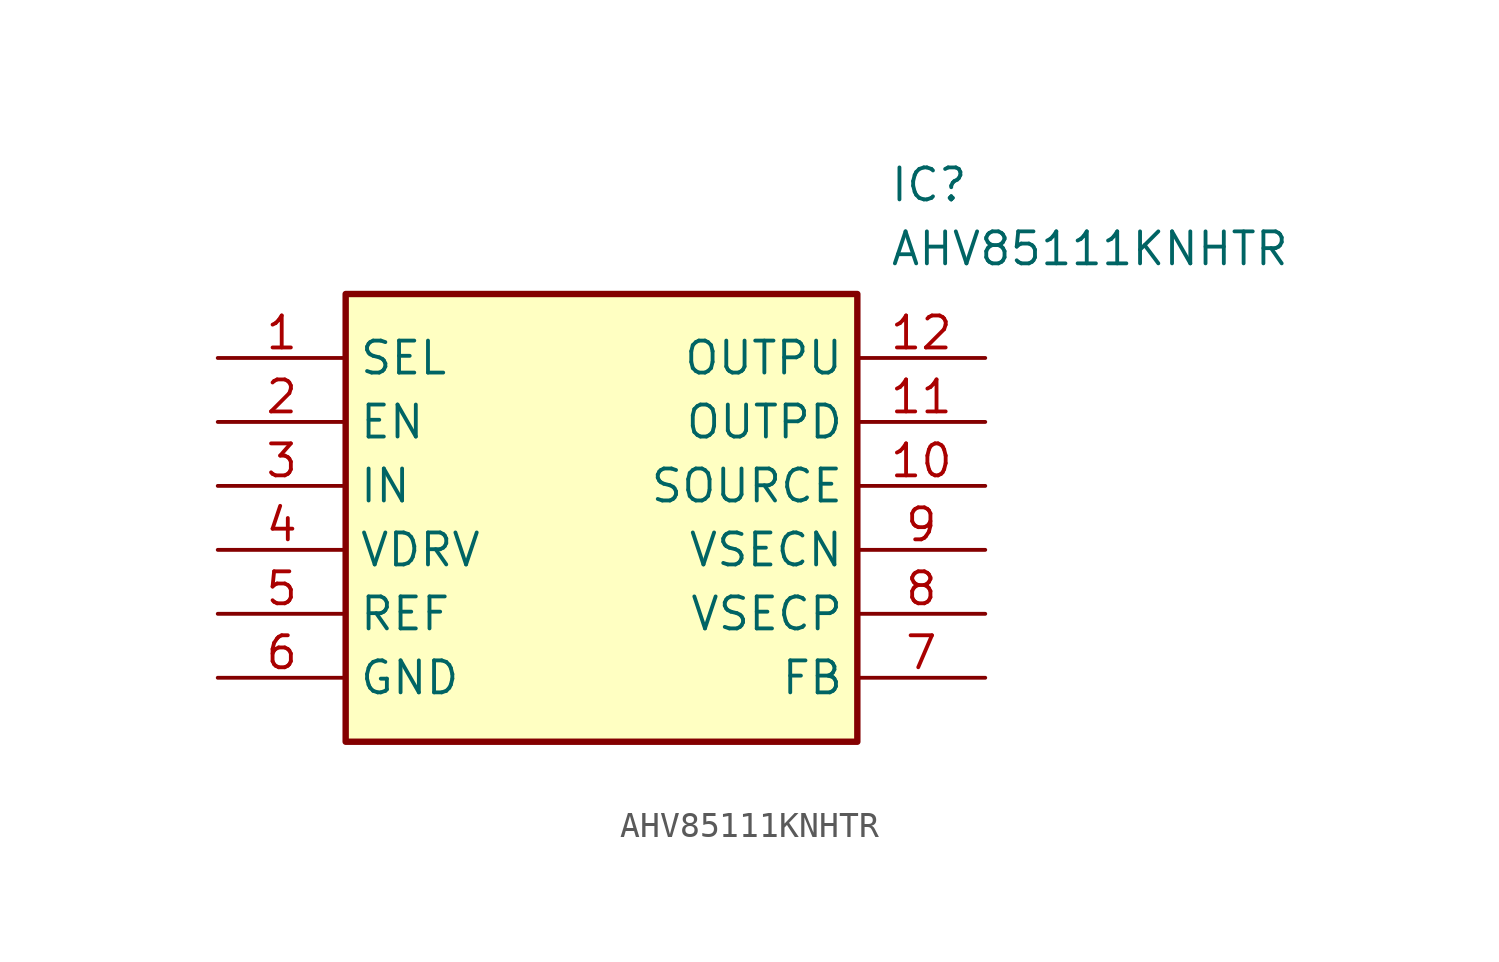
<source format=kicad_sym>
(kicad_symbol_lib
  (version 20211014)
  (generator SamacSys_ECAD_Model)
  (symbol "AHV85111KNHTR"
    (property "Reference" "IC"
      (at 26.67 7.62 0)
      (effects (font (size 1.27 1.27)) (justify left top)))
    (property "Value" "AHV85111KNHTR"
      (at 26.67 5.08 0)
      (effects (font (size 1.27 1.27)) (justify left top)))
    (rectangle
      (start 5.08 2.54)
      (end 25.4 -15.24)
      (stroke (width 0.254) (type default))
      (fill (type background)))
    (pin passive line
      (at 0 0 0)
      (length 5.08)
      (name "SEL" (effects (font (size 1.27 1.27))))
      (number "1" (effects (font (size 1.27 1.27)))))
    (pin passive line
      (at 0 -2.54 0)
      (length 5.08)
      (name "EN" (effects (font (size 1.27 1.27))))
      (number "2" (effects (font (size 1.27 1.27)))))
    (pin passive line
      (at 0 -5.08 0)
      (length 5.08)
      (name "IN" (effects (font (size 1.27 1.27))))
      (number "3" (effects (font (size 1.27 1.27)))))
    (pin passive line
      (at 0 -7.62 0)
      (length 5.08)
      (name "VDRV" (effects (font (size 1.27 1.27))))
      (number "4" (effects (font (size 1.27 1.27)))))
    (pin passive line
      (at 0 -10.16 0)
      (length 5.08)
      (name "REF" (effects (font (size 1.27 1.27))))
      (number "5" (effects (font (size 1.27 1.27)))))
    (pin passive line
      (at 0 -12.7 0)
      (length 5.08)
      (name "GND" (effects (font (size 1.27 1.27))))
      (number "6" (effects (font (size 1.27 1.27)))))
    (pin passive line
      (at 30.48 -12.7 180)
      (length 5.08)
      (name "FB" (effects (font (size 1.27 1.27))))
      (number "7" (effects (font (size 1.27 1.27)))))
    (pin passive line
      (at 30.48 -10.16 180)
      (length 5.08)
      (name "VSECP" (effects (font (size 1.27 1.27))))
      (number "8" (effects (font (size 1.27 1.27)))))
    (pin passive line
      (at 30.48 -7.62 180)
      (length 5.08)
      (name "VSECN" (effects (font (size 1.27 1.27))))
      (number "9" (effects (font (size 1.27 1.27)))))
    (pin passive line
      (at 30.48 -5.08 180)
      (length 5.08)
      (name "SOURCE" (effects (font (size 1.27 1.27))))
      (number "10" (effects (font (size 1.27 1.27)))))
    (pin passive line
      (at 30.48 -2.54 180)
      (length 5.08)
      (name "OUTPD" (effects (font (size 1.27 1.27))))
      (number "11" (effects (font (size 1.27 1.27)))))
    (pin passive line
      (at 30.48 0 180)
      (length 5.08)
      (name "OUTPU" (effects (font (size 1.27 1.27))))
      (number "12" (effects (font (size 1.27 1.27)))))))
</source>
